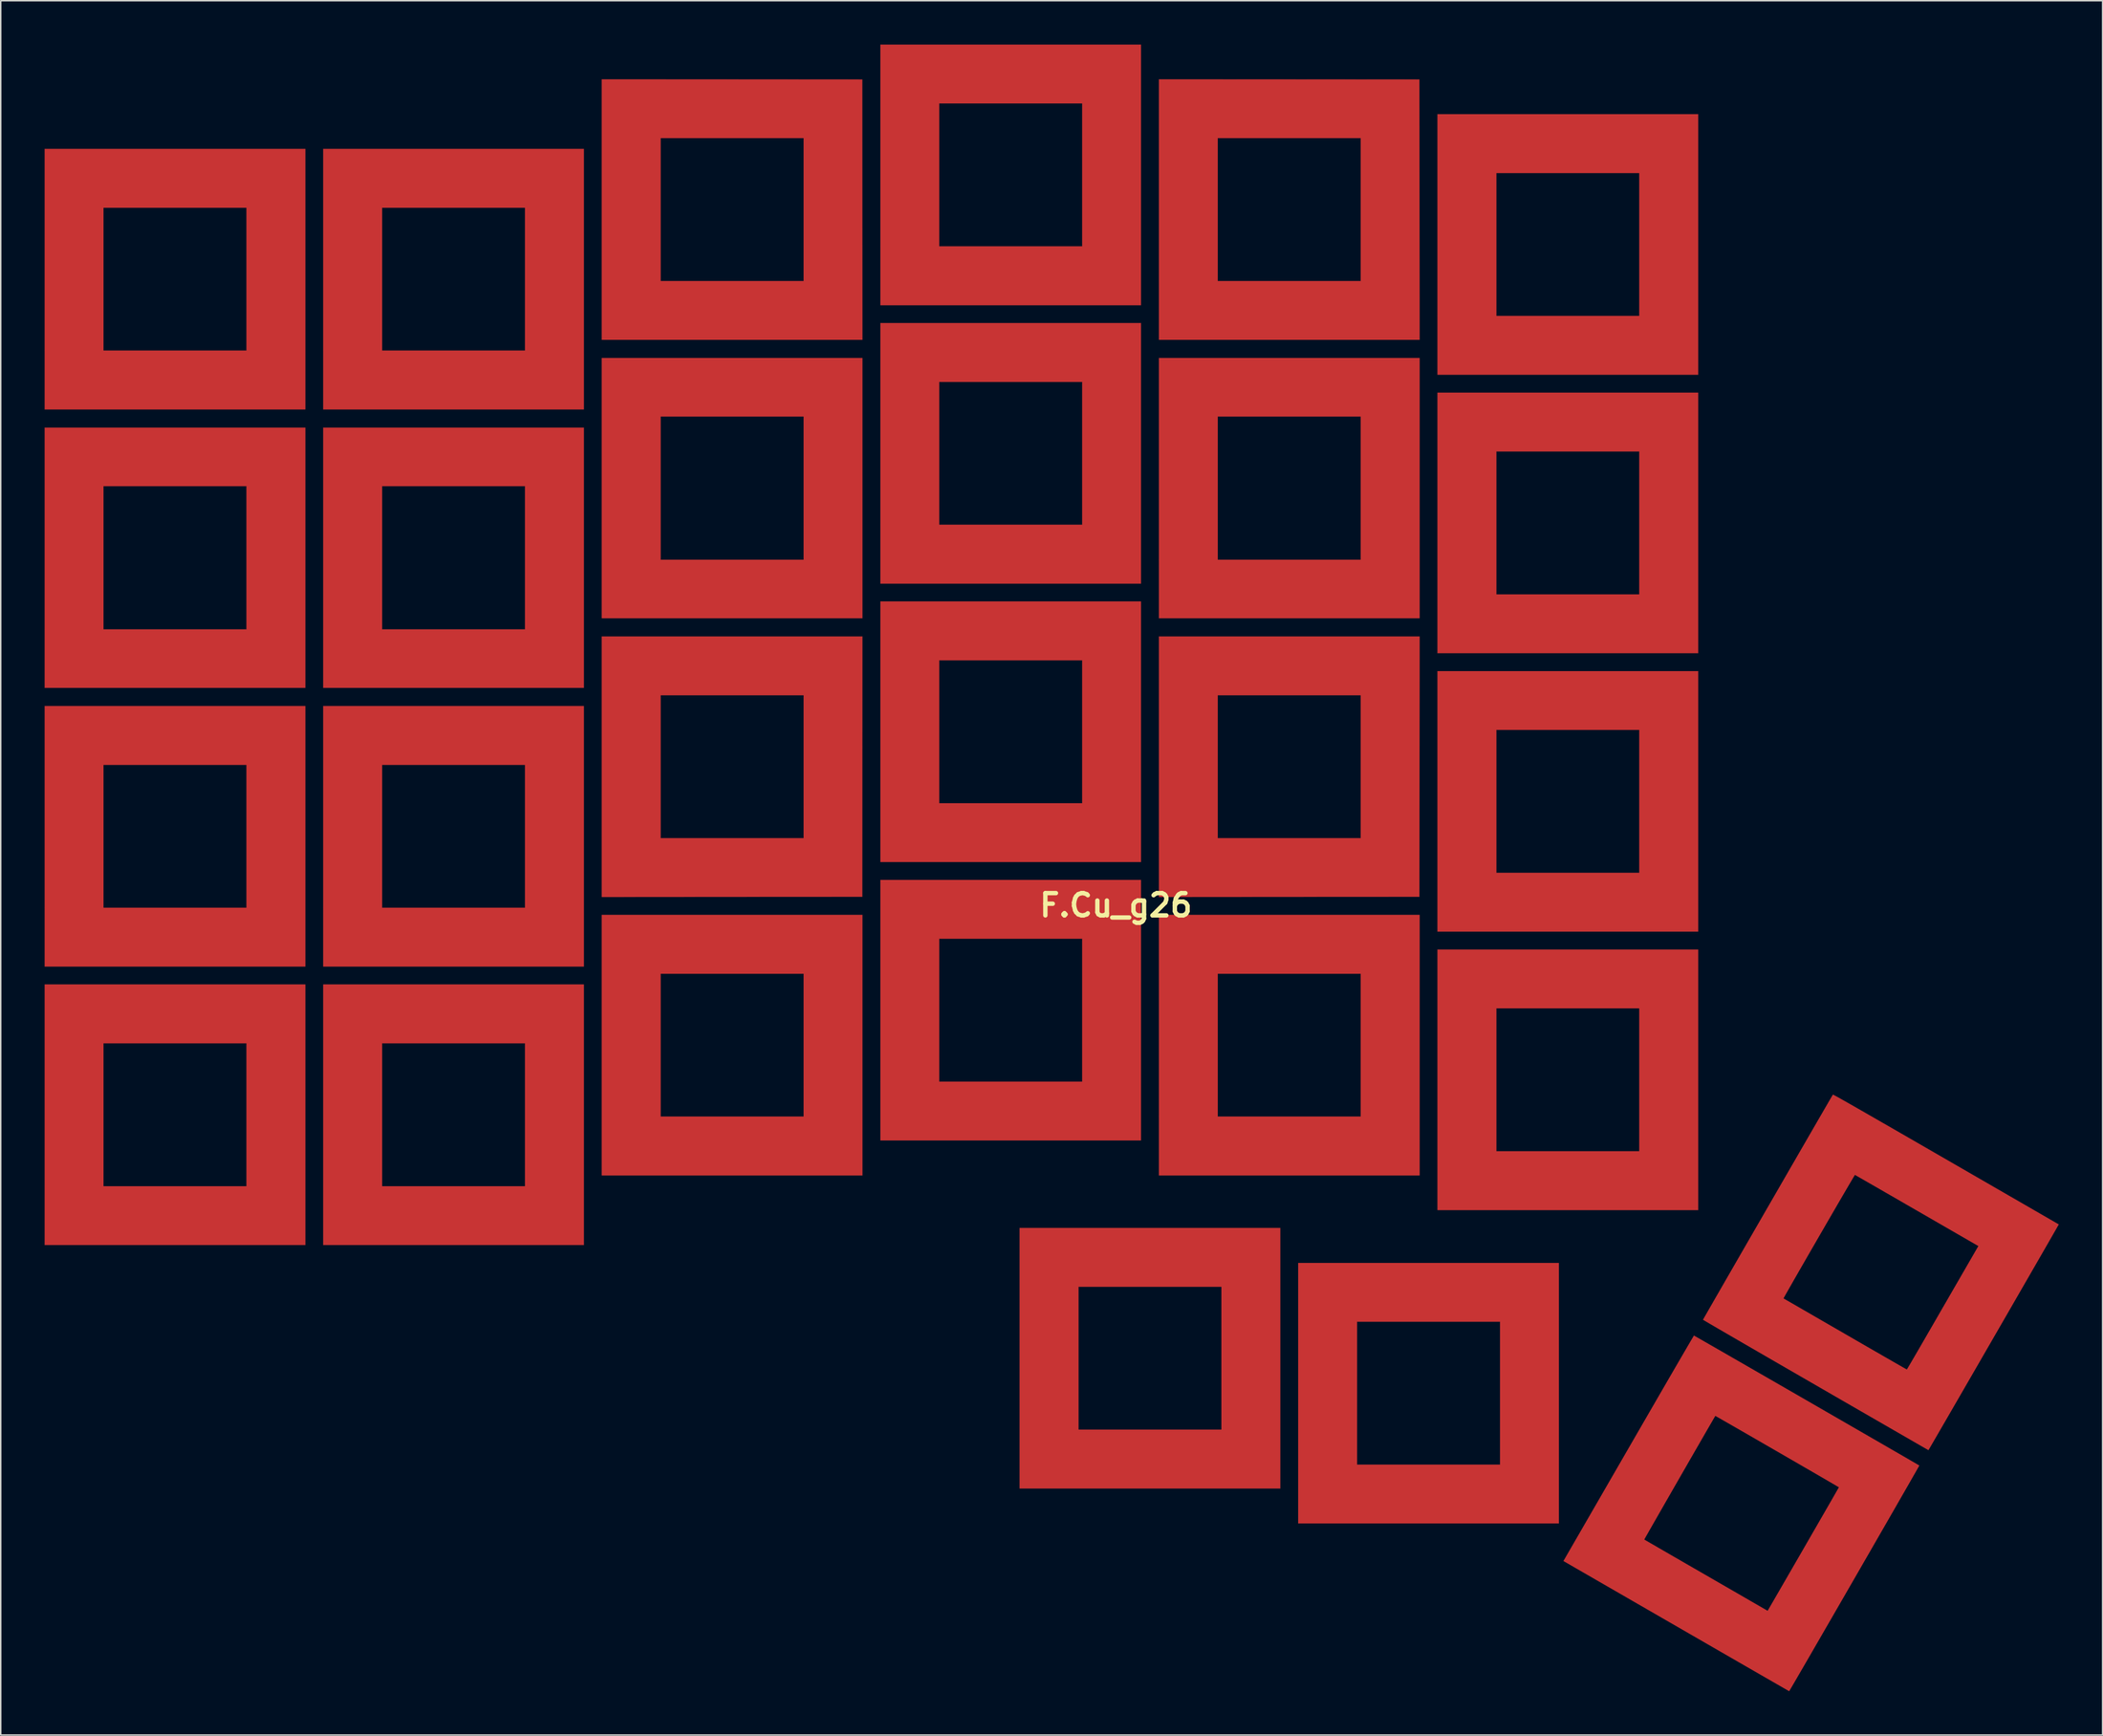
<source format=kicad_pcb>
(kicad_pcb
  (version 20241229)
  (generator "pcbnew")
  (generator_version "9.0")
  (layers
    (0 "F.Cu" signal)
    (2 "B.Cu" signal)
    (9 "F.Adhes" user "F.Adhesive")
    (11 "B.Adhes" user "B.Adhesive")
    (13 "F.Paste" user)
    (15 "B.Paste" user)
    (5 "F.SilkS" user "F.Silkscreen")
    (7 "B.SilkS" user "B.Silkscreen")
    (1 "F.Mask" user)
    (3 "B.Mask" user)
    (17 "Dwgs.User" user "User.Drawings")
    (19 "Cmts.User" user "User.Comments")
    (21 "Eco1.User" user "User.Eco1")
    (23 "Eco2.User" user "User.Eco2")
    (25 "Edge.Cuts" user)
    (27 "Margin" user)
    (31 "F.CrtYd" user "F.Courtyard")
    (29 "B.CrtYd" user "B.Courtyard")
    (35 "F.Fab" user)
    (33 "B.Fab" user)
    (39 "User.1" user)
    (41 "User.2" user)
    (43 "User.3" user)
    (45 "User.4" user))
  (footprint "F.Cu_g26"
    (layer "F.Cu")
    (at 73.263 58.891)
    (property "Reference" "F.Cu_g26" (at 0 0 0) (layer "F.SilkS") (effects (font (size 1.524 1.524) (thickness 0.3))))
    (attr through_hole)
    (fp_poly (pts (xy -55.435 -33.93) (xy -73.258 -33.93) (xy -73.258 -47.731) (xy -69.236 -47.731) (xy -69.236 -37.952) (xy -59.457 -37.952) (xy -59.457 -47.731) (xy -69.236 -47.731) (xy -73.258 -47.731) (xy -73.258 -51.752) (xy -55.435 -51.752) (xy -55.435 -33.93)) (stroke (width 0.01) (type solid)) (fill yes) (layer "F.Cu"))
    (fp_poly (pts (xy -55.435 -14.88) (xy -73.258 -14.88) (xy -73.258 -28.681) (xy -69.236 -28.681) (xy -69.236 -18.881) (xy -59.457 -18.881) (xy -59.457 -28.681) (xy -69.236 -28.681) (xy -73.258 -28.681) (xy -73.258 -32.681) (xy -55.435 -32.681) (xy -55.435 -14.88)) (stroke (width 0.01) (type solid)) (fill yes) (layer "F.Cu"))
    (fp_poly (pts (xy -55.435 4.191) (xy -73.258 4.191) (xy -73.258 -9.61) (xy -69.236 -9.61) (xy -69.236 0.169) (xy -59.457 0.169) (xy -59.457 -9.61) (xy -69.236 -9.61) (xy -73.258 -9.61) (xy -73.258 -13.631) (xy -55.435 -13.631) (xy -55.435 4.191)) (stroke (width 0.01) (type solid)) (fill yes) (layer "F.Cu"))
    (fp_poly (pts (xy -55.435 23.241) (xy -73.258 23.241) (xy -73.258 9.44) (xy -69.236 9.44) (xy -69.236 19.219) (xy -59.457 19.219) (xy -59.457 9.44) (xy -69.236 9.44) (xy -73.258 9.44) (xy -73.258 5.419) (xy -55.435 5.419) (xy -55.435 23.241)) (stroke (width 0.01) (type solid)) (fill yes) (layer "F.Cu"))
    (fp_poly (pts (xy -36.386 -33.93) (xy -54.208 -33.93) (xy -54.208 -47.731) (xy -50.186 -47.731) (xy -50.186 -37.952) (xy -40.407 -37.952) (xy -40.407 -47.731) (xy -50.186 -47.731) (xy -54.208 -47.731) (xy -54.208 -51.752) (xy -36.386 -51.752) (xy -36.386 -33.93)) (stroke (width 0.01) (type solid)) (fill yes) (layer "F.Cu"))
    (fp_poly (pts (xy -36.386 -14.88) (xy -54.208 -14.88) (xy -54.208 -28.681) (xy -50.186 -28.681) (xy -50.186 -18.881) (xy -40.407 -18.881) (xy -40.407 -28.681) (xy -50.186 -28.681) (xy -54.208 -28.681) (xy -54.208 -32.681) (xy -36.386 -32.681) (xy -36.386 -14.88)) (stroke (width 0.01) (type solid)) (fill yes) (layer "F.Cu"))
    (fp_poly (pts (xy -36.386 4.191) (xy -54.208 4.191) (xy -54.208 -9.61) (xy -50.186 -9.61) (xy -50.186 0.169) (xy -40.407 0.169) (xy -40.407 -9.61) (xy -50.186 -9.61) (xy -54.208 -9.61) (xy -54.208 -13.631) (xy -36.386 -13.631) (xy -36.386 4.191)) (stroke (width 0.01) (type solid)) (fill yes) (layer "F.Cu"))
    (fp_poly (pts (xy -36.386 23.241) (xy -54.208 23.241) (xy -54.208 9.44) (xy -50.186 9.44) (xy -50.186 19.219) (xy -40.407 19.219) (xy -40.407 9.44) (xy -50.186 9.44) (xy -54.208 9.44) (xy -54.208 5.419) (xy -36.386 5.419) (xy -36.386 23.241)) (stroke (width 0.01) (type solid)) (fill yes) (layer "F.Cu"))
    (fp_poly (pts (xy -17.335 -19.643) (xy -35.158 -19.643) (xy -35.158 -33.443) (xy -31.136 -33.443) (xy -31.136 -23.643) (xy -21.357 -23.643) (xy -21.357 -33.443) (xy -31.136 -33.443) (xy -35.158 -33.443) (xy -35.158 -37.444) (xy -17.335 -37.444) (xy -17.335 -19.643)) (stroke (width 0.01) (type solid)) (fill yes) (layer "F.Cu"))
    (fp_poly (pts (xy -17.335 18.479) (xy -35.158 18.479) (xy -35.158 4.678) (xy -31.136 4.678) (xy -31.136 14.457) (xy -21.357 14.457) (xy -21.357 4.678) (xy -31.136 4.678) (xy -35.158 4.678) (xy -35.158 0.656) (xy -17.335 0.656) (xy -17.335 18.479)) (stroke (width 0.01) (type solid)) (fill yes) (layer "F.Cu"))
    (fp_poly (pts (xy 1.714 -41.063) (xy -16.108 -41.063) (xy -16.108 -54.864) (xy -12.086 -54.864) (xy -12.086 -45.085) (xy -2.307 -45.085) (xy -2.307 -54.864) (xy -12.086 -54.864) (xy -16.108 -54.864) (xy -16.108 -58.886) (xy 1.714 -58.886) (xy 1.714 -41.063)) (stroke (width 0.01) (type solid)) (fill yes) (layer "F.Cu"))
    (fp_poly (pts (xy 1.714 -22.013) (xy -16.108 -22.013) (xy -16.108 -35.814) (xy -12.086 -35.814) (xy -12.086 -26.035) (xy -2.307 -26.035) (xy -2.307 -35.814) (xy -12.086 -35.814) (xy -16.108 -35.814) (xy -16.108 -39.836) (xy 1.714 -39.836) (xy 1.714 -22.013)) (stroke (width 0.01) (type solid)) (fill yes) (layer "F.Cu"))
    (fp_poly (pts (xy 1.714 -2.963) (xy -16.108 -2.963) (xy -16.108 -16.764) (xy -12.086 -16.764) (xy -12.086 -6.985) (xy -2.307 -6.985) (xy -2.307 -16.764) (xy -12.086 -16.764) (xy -16.108 -16.764) (xy -16.108 -20.786) (xy 1.714 -20.786) (xy 1.714 -2.963)) (stroke (width 0.01) (type solid)) (fill yes) (layer "F.Cu"))
    (fp_poly (pts (xy 1.714 16.087) (xy -16.108 16.087) (xy -16.108 2.286) (xy -12.086 2.286) (xy -12.086 12.065) (xy -2.307 12.065) (xy -2.307 2.286) (xy -12.086 2.286) (xy -16.108 2.286) (xy -16.108 -1.736) (xy 1.714 -1.736) (xy 1.714 16.087)) (stroke (width 0.01) (type solid)) (fill yes) (layer "F.Cu"))
    (fp_poly (pts (xy 11.239 39.899) (xy -6.583 39.899) (xy -6.583 26.099) (xy -2.561 26.099) (xy -2.561 35.877) (xy 7.218 35.877) (xy 7.218 26.099) (xy -2.561 26.099) (xy -6.583 26.099) (xy -6.583 22.077) (xy 11.239 22.077) (xy 11.239 39.899)) (stroke (width 0.01) (type solid)) (fill yes) (layer "F.Cu"))
    (fp_poly (pts (xy 20.765 -19.643) (xy 2.942 -19.643) (xy 2.942 -33.443) (xy 6.964 -33.443) (xy 6.964 -23.643) (xy 16.743 -23.643) (xy 16.743 -33.443) (xy 6.964 -33.443) (xy 2.942 -33.443) (xy 2.942 -37.444) (xy 20.765 -37.444) (xy 20.765 -19.643)) (stroke (width 0.01) (type solid)) (fill yes) (layer "F.Cu"))
    (fp_poly (pts (xy 20.765 18.479) (xy 2.942 18.479) (xy 2.942 4.678) (xy 6.964 4.678) (xy 6.964 14.457) (xy 16.743 14.457) (xy 16.743 4.678) (xy 6.964 4.678) (xy 2.942 4.678) (xy 2.942 0.656) (xy 20.765 0.656) (xy 20.765 18.479)) (stroke (width 0.01) (type solid)) (fill yes) (layer "F.Cu"))
    (fp_poly (pts (xy 30.29 42.291) (xy 12.467 42.291) (xy 12.467 28.49) (xy 16.489 28.49) (xy 16.489 38.269) (xy 26.268 38.269) (xy 26.268 28.49) (xy 16.489 28.49) (xy 12.467 28.49) (xy 12.467 24.469) (xy 30.29 24.469) (xy 30.29 42.291)) (stroke (width 0.01) (type solid)) (fill yes) (layer "F.Cu"))
    (fp_poly (pts (xy 39.815 -36.301) (xy 21.992 -36.301) (xy 21.992 -50.102) (xy 26.014 -50.102) (xy 26.014 -40.322) (xy 35.793 -40.322) (xy 35.793 -50.102) (xy 26.014 -50.102) (xy 21.992 -50.102) (xy 21.992 -54.123) (xy 39.815 -54.123) (xy 39.815 -36.301)) (stroke (width 0.01) (type solid)) (fill yes) (layer "F.Cu"))
    (fp_poly (pts (xy 39.815 -17.251) (xy 21.992 -17.251) (xy 21.992 -31.052) (xy 26.014 -31.052) (xy 26.014 -21.273) (xy 35.793 -21.273) (xy 35.793 -31.052) (xy 26.014 -31.052) (xy 21.992 -31.052) (xy 21.992 -35.073) (xy 39.815 -35.073) (xy 39.815 -17.251)) (stroke (width 0.01) (type solid)) (fill yes) (layer "F.Cu"))
    (fp_poly (pts (xy 39.815 1.799) (xy 21.992 1.799) (xy 21.992 -12.002) (xy 26.014 -12.002) (xy 26.014 -2.223) (xy 35.793 -2.223) (xy 35.793 -12.002) (xy 26.014 -12.002) (xy 21.992 -12.002) (xy 21.992 -16.023) (xy 39.815 -16.023) (xy 39.815 1.799)) (stroke (width 0.01) (type solid)) (fill yes) (layer "F.Cu"))
    (fp_poly (pts (xy 39.815 20.849) (xy 21.992 20.849) (xy 21.992 7.048) (xy 26.014 7.048) (xy 26.014 16.828) (xy 35.793 16.828) (xy 35.793 7.048) (xy 26.014 7.048) (xy 21.992 7.048) (xy 21.992 3.027) (xy 39.815 3.027) (xy 39.815 20.849)) (stroke (width 0.01) (type solid)) (fill yes) (layer "F.Cu"))
    (fp_poly (pts (xy -26.252 -56.51) (xy -17.346 -56.504) (xy -17.341 -47.599) (xy -17.335 -38.693) (xy -35.158 -38.693) (xy -35.158 -52.493) (xy -31.136 -52.493) (xy -31.136 -42.714) (xy -21.357 -42.714) (xy -21.357 -52.493) (xy -31.136 -52.493) (xy -35.158 -52.493) (xy -35.158 -56.515) (xy -26.252 -56.51)) (stroke (width 0.01) (type solid)) (fill yes) (layer "F.Cu"))
    (fp_poly (pts (xy -17.341 -9.488) (xy -17.346 -0.582) (xy -26.252 -0.577) (xy -35.158 -0.571) (xy -35.158 -14.372) (xy -31.136 -14.372) (xy -31.136 -4.593) (xy -21.357 -4.593) (xy -21.357 -14.372) (xy -31.136 -14.372) (xy -35.158 -14.372) (xy -35.158 -18.394) (xy -17.335 -18.394) (xy -17.341 -9.488)) (stroke (width 0.01) (type solid)) (fill yes) (layer "F.Cu"))
    (fp_poly (pts (xy 11.848 -56.51) (xy 20.754 -56.504) (xy 20.759 -47.599) (xy 20.765 -38.693) (xy 2.942 -38.693) (xy 2.942 -52.493) (xy 6.964 -52.493) (xy 6.964 -42.714) (xy 16.743 -42.714) (xy 16.743 -52.493) (xy 6.964 -52.493) (xy 2.942 -52.493) (xy 2.942 -56.515) (xy 11.848 -56.51)) (stroke (width 0.01) (type solid)) (fill yes) (layer "F.Cu"))
    (fp_poly (pts (xy 20.759 -9.488) (xy 20.754 -0.582) (xy 11.848 -0.577) (xy 2.942 -0.571) (xy 2.942 -14.372) (xy 6.964 -14.372) (xy 6.964 -4.593) (xy 16.743 -4.593) (xy 16.743 -14.372) (xy 6.964 -14.372) (xy 2.942 -14.372) (xy 2.942 -18.394) (xy 20.765 -18.394) (xy 20.759 -9.488)) (stroke (width 0.01) (type solid)) (fill yes) (layer "F.Cu"))
    (fp_poly (pts (xy 39.55 29.454) (xy 39.605 29.484) (xy 39.693 29.535) (xy 39.814 29.604) (xy 39.965 29.69) (xy 40.146 29.794) (xy 40.355 29.914) (xy 40.59 30.049) (xy 40.85 30.198) (xy 41.133 30.361) (xy 41.439 30.537) (xy 41.765 30.725) (xy 42.11 30.924) (xy 42.473 31.133) (xy 42.852 31.351) (xy 43.245 31.578) (xy 43.652 31.812) (xy 44.071 32.054) (xy 44.5 32.301) (xy 44.938 32.553) (xy 45.383 32.81) (xy 45.834 33.07) (xy 46.29 33.333) (xy 46.749 33.598) (xy 47.209 33.863) (xy 47.669 34.129) (xy 48.128 34.394) (xy 48.584 34.657) (xy 49.036 34.918) (xy 49.482 35.175) (xy 49.92 35.428) (xy 50.35 35.677) (xy 50.77 35.919) (xy 51.178 36.155) (xy 51.573 36.383) (xy 51.954 36.603) (xy 52.318 36.814) (xy 52.665 37.014) (xy 52.993 37.204) (xy 53.301 37.382) (xy 53.587 37.547) (xy 53.849 37.699) (xy 54.087 37.837) (xy 54.298 37.96) (xy 54.482 38.066) (xy 54.637 38.156) (xy 54.76 38.228) (xy 54.852 38.282) (xy 54.91 38.316) (xy 54.933 38.33) (xy 54.934 38.331) (xy 54.924 38.35) (xy 54.894 38.404) (xy 54.845 38.492) (xy 54.777 38.612) (xy 54.691 38.763) (xy 54.588 38.943) (xy 54.469 39.152) (xy 54.335 39.386) (xy 54.187 39.646) (xy 54.024 39.929) (xy 53.849 40.234) (xy 53.662 40.56) (xy 53.464 40.905) (xy 53.256 41.268) (xy 53.038 41.647) (xy 52.812 42.04) (xy 52.578 42.447) (xy 52.337 42.865) (xy 52.09 43.294) (xy 51.838 43.732) (xy 51.582 44.178) (xy 51.322 44.629) (xy 51.059 45.085) (xy 50.795 45.544) (xy 50.53 46.004) (xy 50.264 46.465) (xy 49.999 46.924) (xy 49.736 47.381) (xy 49.475 47.833) (xy 49.217 48.279) (xy 48.964 48.719) (xy 48.715 49.149) (xy 48.472 49.57) (xy 48.236 49.979) (xy 48.007 50.375) (xy 47.786 50.757) (xy 47.575 51.123) (xy 47.374 51.471) (xy 47.183 51.8) (xy 47.004 52.11) (xy 46.837 52.397) (xy 46.684 52.661) (xy 46.545 52.901) (xy 46.421 53.114) (xy 46.313 53.3) (xy 46.221 53.456) (xy 46.147 53.582) (xy 46.092 53.676) (xy 46.055 53.737) (xy 46.039 53.763) (xy 46.038 53.763) (xy 46.019 53.753) (xy 45.965 53.722) (xy 45.876 53.671) (xy 45.755 53.601) (xy 45.601 53.513) (xy 45.417 53.407) (xy 45.203 53.284) (xy 44.961 53.145) (xy 44.693 52.99) (xy 44.398 52.821) (xy 44.079 52.637) (xy 43.737 52.439) (xy 43.372 52.229) (xy 42.986 52.007) (xy 42.581 51.773) (xy 42.157 51.528) (xy 41.716 51.274) (xy 41.258 51.01) (xy 40.786 50.737) (xy 40.3 50.457) (xy 39.802 50.169) (xy 39.292 49.875) (xy 38.772 49.575) (xy 38.428 49.376) (xy 37.901 49.072) (xy 37.383 48.773) (xy 36.875 48.479) (xy 36.379 48.193) (xy 35.895 47.913) (xy 35.424 47.642) (xy 34.969 47.379) (xy 34.53 47.125) (xy 34.109 46.882) (xy 33.706 46.65) (xy 33.323 46.429) (xy 32.961 46.22) (xy 32.622 46.024) (xy 32.307 45.841) (xy 32.016 45.674) (xy 31.751 45.521) (xy 31.513 45.384) (xy 31.304 45.263) (xy 31.125 45.159) (xy 30.977 45.074) (xy 30.861 45.007) (xy 30.779 44.959) (xy 30.731 44.932) (xy 30.719 44.925) (xy 30.609 44.861) (xy 31.455 43.395) (xy 36.127 43.395) (xy 36.127 43.395) (xy 36.146 43.407) (xy 36.201 43.439) (xy 36.288 43.49) (xy 36.406 43.558) (xy 36.553 43.644) (xy 36.728 43.745) (xy 36.927 43.86) (xy 37.149 43.989) (xy 37.393 44.13) (xy 37.656 44.282) (xy 37.937 44.445) (xy 38.232 44.616) (xy 38.542 44.794) (xy 38.863 44.98) (xy 39.158 45.15) (xy 39.511 45.354) (xy 39.868 45.56) (xy 40.225 45.766) (xy 40.58 45.971) (xy 40.93 46.173) (xy 41.272 46.371) (xy 41.602 46.561) (xy 41.918 46.744) (xy 42.217 46.916) (xy 42.494 47.076) (xy 42.748 47.223) (xy 42.975 47.354) (xy 43.173 47.468) (xy 43.337 47.564) (xy 43.37 47.583) (xy 44.566 48.274) (xy 44.601 48.219) (xy 44.615 48.196) (xy 44.649 48.138) (xy 44.702 48.046) (xy 44.774 47.923) (xy 44.862 47.77) (xy 44.968 47.588) (xy 45.088 47.38) (xy 45.223 47.146) (xy 45.372 46.889) (xy 45.533 46.611) (xy 45.705 46.312) (xy 45.889 45.995) (xy 46.081 45.661) (xy 46.283 45.312) (xy 46.492 44.949) (xy 46.709 44.575) (xy 46.931 44.19) (xy 47.041 43.999) (xy 47.265 43.61) (xy 47.483 43.232) (xy 47.695 42.864) (xy 47.9 42.51) (xy 48.095 42.17) (xy 48.282 41.846) (xy 48.458 41.541) (xy 48.623 41.254) (xy 48.775 40.989) (xy 48.915 40.746) (xy 49.04 40.528) (xy 49.15 40.336) (xy 49.244 40.172) (xy 49.322 40.036) (xy 49.381 39.932) (xy 49.422 39.86) (xy 49.443 39.823) (xy 49.445 39.817) (xy 49.427 39.806) (xy 49.375 39.774) (xy 49.289 39.724) (xy 49.173 39.655) (xy 49.028 39.571) (xy 48.856 39.47) (xy 48.66 39.356) (xy 48.44 39.228) (xy 48.2 39.089) (xy 47.941 38.938) (xy 47.665 38.778) (xy 47.374 38.609) (xy 47.069 38.433) (xy 46.754 38.25) (xy 46.43 38.062) (xy 46.098 37.871) (xy 45.762 37.676) (xy 45.422 37.48) (xy 45.081 37.282) (xy 44.741 37.086) (xy 44.404 36.891) (xy 44.072 36.699) (xy 43.746 36.511) (xy 43.428 36.328) (xy 43.122 36.151) (xy 42.828 35.982) (xy 42.549 35.821) (xy 42.286 35.669) (xy 42.041 35.529) (xy 41.818 35.4) (xy 41.616 35.285) (xy 41.439 35.183) (xy 41.289 35.097) (xy 41.167 35.028) (xy 41.075 34.976) (xy 41.016 34.943) (xy 40.991 34.929) (xy 40.99 34.929) (xy 40.975 34.953) (xy 40.941 35.01) (xy 40.887 35.101) (xy 40.817 35.222) (xy 40.73 35.371) (xy 40.628 35.547) (xy 40.512 35.747) (xy 40.383 35.97) (xy 40.242 36.214) (xy 40.091 36.477) (xy 39.93 36.756) (xy 39.761 37.049) (xy 39.584 37.356) (xy 39.402 37.673) (xy 39.214 37.999) (xy 39.023 38.332) (xy 38.829 38.669) (xy 38.633 39.01) (xy 38.437 39.351) (xy 38.242 39.691) (xy 38.048 40.029) (xy 37.858 40.361) (xy 37.671 40.686) (xy 37.49 41.002) (xy 37.315 41.307) (xy 37.148 41.599) (xy 36.989 41.877) (xy 36.84 42.137) (xy 36.702 42.379) (xy 36.576 42.599) (xy 36.463 42.797) (xy 36.365 42.97) (xy 36.282 43.116) (xy 36.215 43.234) (xy 36.166 43.321) (xy 36.137 43.375) (xy 36.127 43.395) (xy 31.455 43.395) (xy 35.058 37.153) (xy 35.364 36.623) (xy 35.664 36.103) (xy 35.959 35.593) (xy 36.247 35.095) (xy 36.527 34.61) (xy 36.8 34.139) (xy 37.063 33.683) (xy 37.317 33.244) (xy 37.561 32.823) (xy 37.794 32.42) (xy 38.016 32.038) (xy 38.225 31.677) (xy 38.422 31.338) (xy 38.605 31.024) (xy 38.773 30.734) (xy 38.927 30.47) (xy 39.064 30.234) (xy 39.186 30.026) (xy 39.29 29.847) (xy 39.377 29.7) (xy 39.445 29.585) (xy 39.493 29.503) (xy 39.522 29.456) (xy 39.531 29.443) (xy 39.55 29.454)) (stroke (width 0.01) (type solid)) (fill yes) (layer "F.Cu"))
    (fp_poly (pts (xy 49.041 12.96) (xy 49.063 12.97) (xy 49.099 12.988) (xy 49.151 13.015) (xy 49.22 13.051) (xy 49.305 13.098) (xy 49.408 13.155) (xy 49.53 13.223) (xy 49.671 13.303) (xy 49.834 13.394) (xy 50.017 13.499) (xy 50.223 13.616) (xy 50.453 13.747) (xy 50.706 13.892) (xy 50.984 14.051) (xy 51.289 14.226) (xy 51.619 14.416) (xy 51.978 14.622) (xy 52.365 14.845) (xy 52.782 15.084) (xy 53.228 15.342) (xy 53.706 15.617) (xy 54.216 15.911) (xy 54.759 16.224) (xy 55.335 16.557) (xy 55.946 16.91) (xy 56.593 17.283) (xy 56.76 17.379) (xy 57.289 17.685) (xy 57.809 17.985) (xy 58.319 18.28) (xy 58.817 18.567) (xy 59.302 18.847) (xy 59.773 19.119) (xy 60.228 19.383) (xy 60.668 19.636) (xy 61.089 19.88) (xy 61.491 20.112) (xy 61.874 20.333) (xy 62.235 20.542) (xy 62.574 20.737) (xy 62.888 20.919) (xy 63.179 21.087) (xy 63.442 21.239) (xy 63.679 21.376) (xy 63.887 21.497) (xy 64.066 21.6) (xy 64.213 21.685) (xy 64.329 21.752) (xy 64.411 21.8) (xy 64.459 21.827) (xy 64.471 21.835) (xy 64.461 21.853) (xy 64.431 21.907) (xy 64.381 21.995) (xy 64.313 22.115) (xy 64.227 22.265) (xy 64.124 22.445) (xy 64.004 22.653) (xy 63.87 22.888) (xy 63.721 23.147) (xy 63.558 23.43) (xy 63.383 23.735) (xy 63.195 24.06) (xy 62.997 24.405) (xy 62.788 24.767) (xy 62.57 25.145) (xy 62.344 25.539) (xy 62.109 25.945) (xy 61.868 26.364) (xy 61.621 26.792) (xy 61.369 27.23) (xy 61.112 27.675) (xy 60.852 28.127) (xy 60.589 28.582) (xy 60.324 29.041) (xy 60.058 29.501) (xy 59.793 29.962) (xy 59.527 30.421) (xy 59.264 30.878) (xy 59.003 31.33) (xy 58.745 31.777) (xy 58.491 32.216) (xy 58.242 32.647) (xy 57.999 33.068) (xy 57.762 33.478) (xy 57.533 33.874) (xy 57.312 34.256) (xy 57.101 34.622) (xy 56.899 34.971) (xy 56.708 35.301) (xy 56.529 35.61) (xy 56.362 35.898) (xy 56.209 36.163) (xy 56.07 36.403) (xy 55.946 36.617) (xy 55.837 36.803) (xy 55.746 36.961) (xy 55.672 37.088) (xy 55.616 37.183) (xy 55.58 37.244) (xy 55.563 37.271) (xy 55.562 37.272) (xy 55.544 37.261) (xy 55.489 37.23) (xy 55.401 37.18) (xy 55.279 37.11) (xy 55.126 37.021) (xy 54.942 36.915) (xy 54.728 36.792) (xy 54.486 36.652) (xy 54.217 36.497) (xy 53.922 36.327) (xy 53.603 36.143) (xy 53.26 35.945) (xy 52.895 35.734) (xy 52.509 35.511) (xy 52.103 35.277) (xy 51.678 35.032) (xy 51.236 34.776) (xy 50.777 34.512) (xy 50.304 34.238) (xy 49.816 33.957) (xy 49.316 33.668) (xy 48.805 33.372) (xy 48.283 33.071) (xy 47.853 32.822) (xy 47.324 32.516) (xy 46.804 32.216) (xy 46.294 31.921) (xy 45.797 31.634) (xy 45.312 31.353) (xy 44.841 31.081) (xy 44.386 30.817) (xy 43.947 30.563) (xy 43.526 30.319) (xy 43.124 30.086) (xy 42.742 29.864) (xy 42.382 29.655) (xy 42.044 29.459) (xy 41.729 29.276) (xy 41.44 29.108) (xy 41.176 28.955) (xy 40.94 28.817) (xy 40.733 28.696) (xy 40.555 28.592) (xy 40.408 28.506) (xy 40.293 28.438) (xy 40.212 28.389) (xy 40.165 28.361) (xy 40.153 28.353) (xy 40.163 28.333) (xy 40.194 28.279) (xy 40.244 28.19) (xy 40.313 28.07) (xy 40.4 27.918) (xy 40.503 27.737) (xy 40.623 27.529) (xy 40.758 27.294) (xy 40.907 27.034) (xy 40.985 26.898) (xy 45.649 26.898) (xy 45.669 26.909) (xy 45.723 26.941) (xy 45.812 26.992) (xy 45.932 27.061) (xy 46.082 27.147) (xy 46.26 27.25) (xy 46.465 27.369) (xy 46.696 27.502) (xy 46.95 27.649) (xy 47.227 27.809) (xy 47.523 27.98) (xy 47.838 28.162) (xy 48.171 28.355) (xy 48.519 28.556) (xy 48.88 28.765) (xy 49.254 28.981) (xy 49.639 29.203) (xy 49.869 29.337) (xy 50.259 29.562) (xy 50.639 29.782) (xy 51.008 29.995) (xy 51.364 30.201) (xy 51.706 30.398) (xy 52.031 30.585) (xy 52.339 30.763) (xy 52.627 30.929) (xy 52.894 31.082) (xy 53.139 31.223) (xy 53.36 31.35) (xy 53.554 31.461) (xy 53.721 31.556) (xy 53.859 31.635) (xy 53.966 31.696) (xy 54.04 31.738) (xy 54.081 31.76) (xy 54.088 31.763) (xy 54.101 31.745) (xy 54.133 31.692) (xy 54.185 31.606) (xy 54.253 31.491) (xy 54.338 31.347) (xy 54.437 31.177) (xy 54.55 30.984) (xy 54.675 30.769) (xy 54.812 30.534) (xy 54.958 30.282) (xy 55.113 30.015) (xy 55.275 29.735) (xy 55.443 29.444) (xy 55.493 29.357) (xy 55.688 29.02) (xy 55.894 28.663) (xy 56.108 28.293) (xy 56.326 27.914) (xy 56.547 27.531) (xy 56.768 27.15) (xy 56.984 26.775) (xy 57.194 26.411) (xy 57.395 26.063) (xy 57.584 25.736) (xy 57.758 25.435) (xy 57.913 25.165) (xy 57.932 25.134) (xy 58.984 23.312) (xy 54.772 20.879) (xy 54.382 20.654) (xy 54.001 20.434) (xy 53.631 20.22) (xy 53.274 20.014) (xy 52.932 19.817) (xy 52.605 19.629) (xy 52.297 19.451) (xy 52.008 19.284) (xy 51.739 19.13) (xy 51.494 18.988) (xy 51.272 18.861) (xy 51.077 18.749) (xy 50.909 18.652) (xy 50.77 18.573) (xy 50.662 18.511) (xy 50.586 18.468) (xy 50.545 18.445) (xy 50.537 18.441) (xy 50.524 18.458) (xy 50.492 18.51) (xy 50.44 18.595) (xy 50.371 18.711) (xy 50.286 18.855) (xy 50.185 19.027) (xy 50.07 19.223) (xy 49.942 19.442) (xy 49.802 19.682) (xy 49.651 19.94) (xy 49.49 20.216) (xy 49.321 20.507) (xy 49.145 20.811) (xy 48.962 21.126) (xy 48.774 21.45) (xy 48.582 21.781) (xy 48.388 22.118) (xy 48.191 22.457) (xy 47.994 22.798) (xy 47.798 23.138) (xy 47.603 23.475) (xy 47.411 23.808) (xy 47.223 24.134) (xy 47.041 24.451) (xy 46.864 24.758) (xy 46.695 25.052) (xy 46.535 25.332) (xy 46.384 25.595) (xy 46.244 25.84) (xy 46.116 26.064) (xy 46.001 26.266) (xy 45.9 26.444) (xy 45.814 26.595) (xy 45.745 26.718) (xy 45.694 26.811) (xy 45.662 26.871) (xy 45.649 26.897) (xy 45.649 26.898) (xy 40.985 26.898) (xy 41.07 26.75) (xy 41.246 26.445) (xy 41.434 26.118) (xy 41.632 25.773) (xy 41.841 25.41) (xy 42.059 25.032) (xy 42.286 24.638) (xy 42.52 24.231) (xy 42.762 23.812) (xy 43.009 23.383) (xy 43.261 22.946) (xy 43.518 22.5) (xy 43.778 22.049) (xy 44.041 21.594) (xy 44.305 21.135) (xy 44.57 20.675) (xy 44.836 20.215) (xy 45.101 19.756) (xy 45.364 19.3) (xy 45.624 18.849) (xy 45.881 18.403) (xy 46.134 17.964) (xy 46.383 17.535) (xy 46.625 17.115) (xy 46.86 16.707) (xy 47.089 16.312) (xy 47.308 15.932) (xy 47.519 15.568) (xy 47.719 15.221) (xy 47.909 14.893) (xy 48.086 14.586) (xy 48.252 14.301) (xy 48.403 14.039) (xy 48.541 13.801) (xy 48.663 13.59) (xy 48.769 13.407) (xy 48.859 13.253) (xy 48.931 13.13) (xy 48.984 13.039) (xy 49.018 12.981) (xy 49.032 12.959) (xy 49.032 12.959) (xy 49.041 12.96)) (stroke (width 0.01) (type solid)) (fill yes) (layer "F.Cu")))
  (gr_rect
    (start -3 -3)
    (end 140.739 115.659)
    (stroke (width 0.1) (type default))
    (fill no)
    (layer "Edge.Cuts")))
</source>
